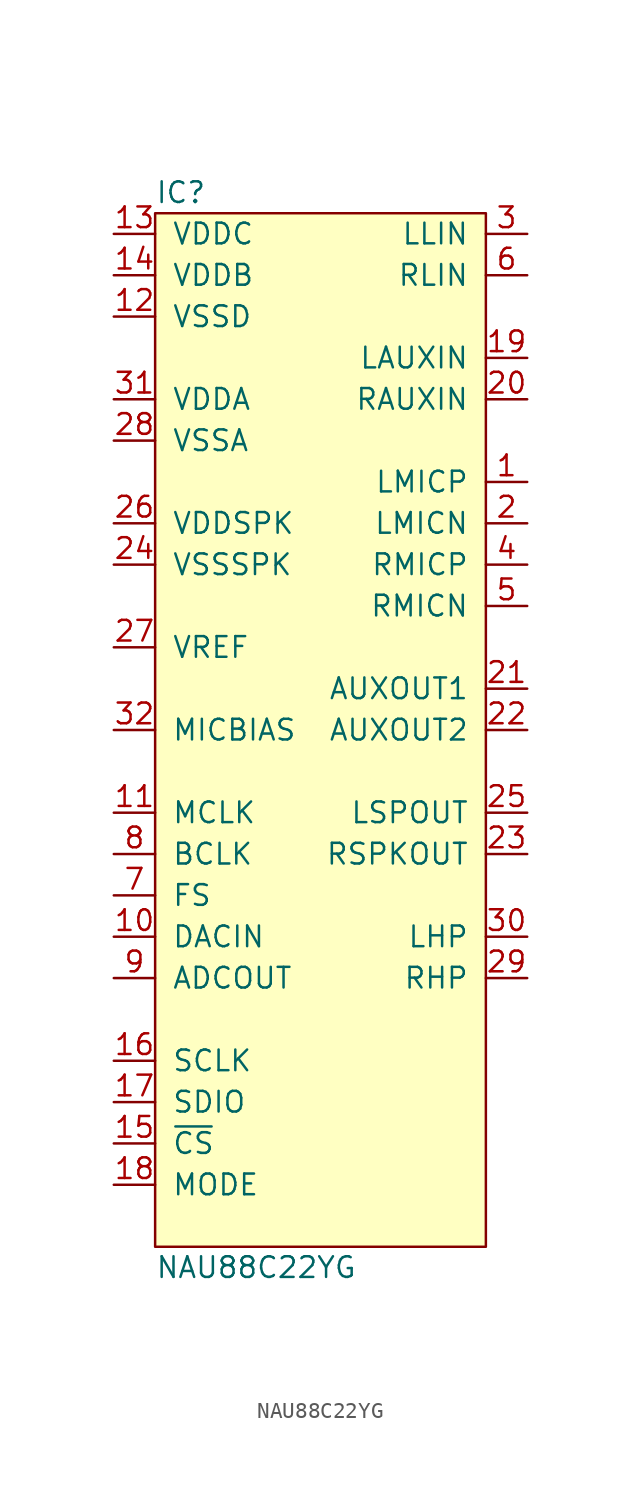
<source format=kicad_sym>
(kicad_symbol_lib
  (version 20211014)
  (generator agg_kicad.build_lib_ic)
  (symbol "NAU88C22YG"
    (pin_names
      (offset 1.016))
    (property Reference IC
      (at -10.16 33.02 0)
      (effects (font (size 1.27 1.27)) (justify left)))
    (property Value "NAU88C22YG"
      (at -10.16 -33.02 0)
      (effects (font (size 1.27 1.27)) (justify left)))
    (symbol "NAU88C22YG_0_0"
      (rectangle (start -10.16 31.75) (end 10.16 -31.75) (stroke (width 0) (type default) (color 0 0 0 0)) (fill (type background)))
      (pin power_in line (at -12.7 30.48 0) (length 2.54) (name VDDC (effects (font (size 1.27 1.27)))) (number "13" (effects (font (size 1.27 1.27)))))
      (pin power_in line (at -12.7 27.94 0) (length 2.54) (name VDDB (effects (font (size 1.27 1.27)))) (number "14" (effects (font (size 1.27 1.27)))))
      (pin power_in line (at -12.7 25.4 0) (length 2.54) (name VSSD (effects (font (size 1.27 1.27)))) (number "12" (effects (font (size 1.27 1.27)))))
      (pin power_in line (at -12.7 20.32 0) (length 2.54) (name VDDA (effects (font (size 1.27 1.27)))) (number "31" (effects (font (size 1.27 1.27)))))
      (pin power_in line (at -12.7 17.78 0) (length 2.54) (name VSSA (effects (font (size 1.27 1.27)))) (number "28" (effects (font (size 1.27 1.27)))))
      (pin power_in line (at -12.7 12.7 0) (length 2.54) (name VDDSPK (effects (font (size 1.27 1.27)))) (number "26" (effects (font (size 1.27 1.27)))))
      (pin power_in line (at -12.7 10.16 0) (length 2.54) (name VSSSPK (effects (font (size 1.27 1.27)))) (number "24" (effects (font (size 1.27 1.27)))))
      (pin input line (at -12.7 5.08 0) (length 2.54) (name VREF (effects (font (size 1.27 1.27)))) (number "27" (effects (font (size 1.27 1.27)))))
      (pin output line (at -12.7 0 0) (length 2.54) (name MICBIAS (effects (font (size 1.27 1.27)))) (number "32" (effects (font (size 1.27 1.27)))))
      (pin input line (at -12.7 -5.08 0) (length 2.54) (name MCLK (effects (font (size 1.27 1.27)))) (number "11" (effects (font (size 1.27 1.27)))))
      (pin bidirectional line (at -12.7 -7.62 0) (length 2.54) (name BCLK (effects (font (size 1.27 1.27)))) (number "8" (effects (font (size 1.27 1.27)))))
      (pin bidirectional line (at -12.7 -10.16 0) (length 2.54) (name FS (effects (font (size 1.27 1.27)))) (number "7" (effects (font (size 1.27 1.27)))))
      (pin input line (at -12.7 -12.7 0) (length 2.54) (name DACIN (effects (font (size 1.27 1.27)))) (number "10" (effects (font (size 1.27 1.27)))))
      (pin output line (at -12.7 -15.24 0) (length 2.54) (name ADCOUT (effects (font (size 1.27 1.27)))) (number "9" (effects (font (size 1.27 1.27)))))
      (pin input line (at -12.7 -20.32 0) (length 2.54) (name SCLK (effects (font (size 1.27 1.27)))) (number "16" (effects (font (size 1.27 1.27)))))
      (pin bidirectional line (at -12.7 -22.86 0) (length 2.54) (name SDIO (effects (font (size 1.27 1.27)))) (number "17" (effects (font (size 1.27 1.27)))))
      (pin input line (at -12.7 -25.4 0) (length 2.54) (name "~{CS}" (effects (font (size 1.27 1.27)))) (number "15" (effects (font (size 1.27 1.27)))))
      (pin input line (at -12.7 -27.94 0) (length 2.54) (name MODE (effects (font (size 1.27 1.27)))) (number "18" (effects (font (size 1.27 1.27)))))
      (pin input line (at 12.7 30.48 180) (length 2.54) (name LLIN (effects (font (size 1.27 1.27)))) (number "3" (effects (font (size 1.27 1.27)))))
      (pin input line (at 12.7 27.94 180) (length 2.54) (name RLIN (effects (font (size 1.27 1.27)))) (number "6" (effects (font (size 1.27 1.27)))))
      (pin input line (at 12.7 22.86 180) (length 2.54) (name LAUXIN (effects (font (size 1.27 1.27)))) (number "19" (effects (font (size 1.27 1.27)))))
      (pin input line (at 12.7 20.32 180) (length 2.54) (name RAUXIN (effects (font (size 1.27 1.27)))) (number "20" (effects (font (size 1.27 1.27)))))
      (pin input line (at 12.7 15.24 180) (length 2.54) (name LMICP (effects (font (size 1.27 1.27)))) (number "1" (effects (font (size 1.27 1.27)))))
      (pin input line (at 12.7 12.7 180) (length 2.54) (name LMICN (effects (font (size 1.27 1.27)))) (number "2" (effects (font (size 1.27 1.27)))))
      (pin input line (at 12.7 10.16 180) (length 2.54) (name RMICP (effects (font (size 1.27 1.27)))) (number "4" (effects (font (size 1.27 1.27)))))
      (pin input line (at 12.7 7.62 180) (length 2.54) (name RMICN (effects (font (size 1.27 1.27)))) (number "5" (effects (font (size 1.27 1.27)))))
      (pin output line (at 12.7 2.54 180) (length 2.54) (name "AUXOUT1" (effects (font (size 1.27 1.27)))) (number "21" (effects (font (size 1.27 1.27)))))
      (pin output line (at 12.7 0 180) (length 2.54) (name "AUXOUT2" (effects (font (size 1.27 1.27)))) (number "22" (effects (font (size 1.27 1.27)))))
      (pin output line (at 12.7 -5.08 180) (length 2.54) (name LSPOUT (effects (font (size 1.27 1.27)))) (number "25" (effects (font (size 1.27 1.27)))))
      (pin output line (at 12.7 -7.62 180) (length 2.54) (name RSPKOUT (effects (font (size 1.27 1.27)))) (number "23" (effects (font (size 1.27 1.27)))))
      (pin output line (at 12.7 -12.7 180) (length 2.54) (name LHP (effects (font (size 1.27 1.27)))) (number "30" (effects (font (size 1.27 1.27)))))
      (pin output line (at 12.7 -15.24 180) (length 2.54) (name RHP (effects (font (size 1.27 1.27)))) (number "29" (effects (font (size 1.27 1.27))))))))
</source>
